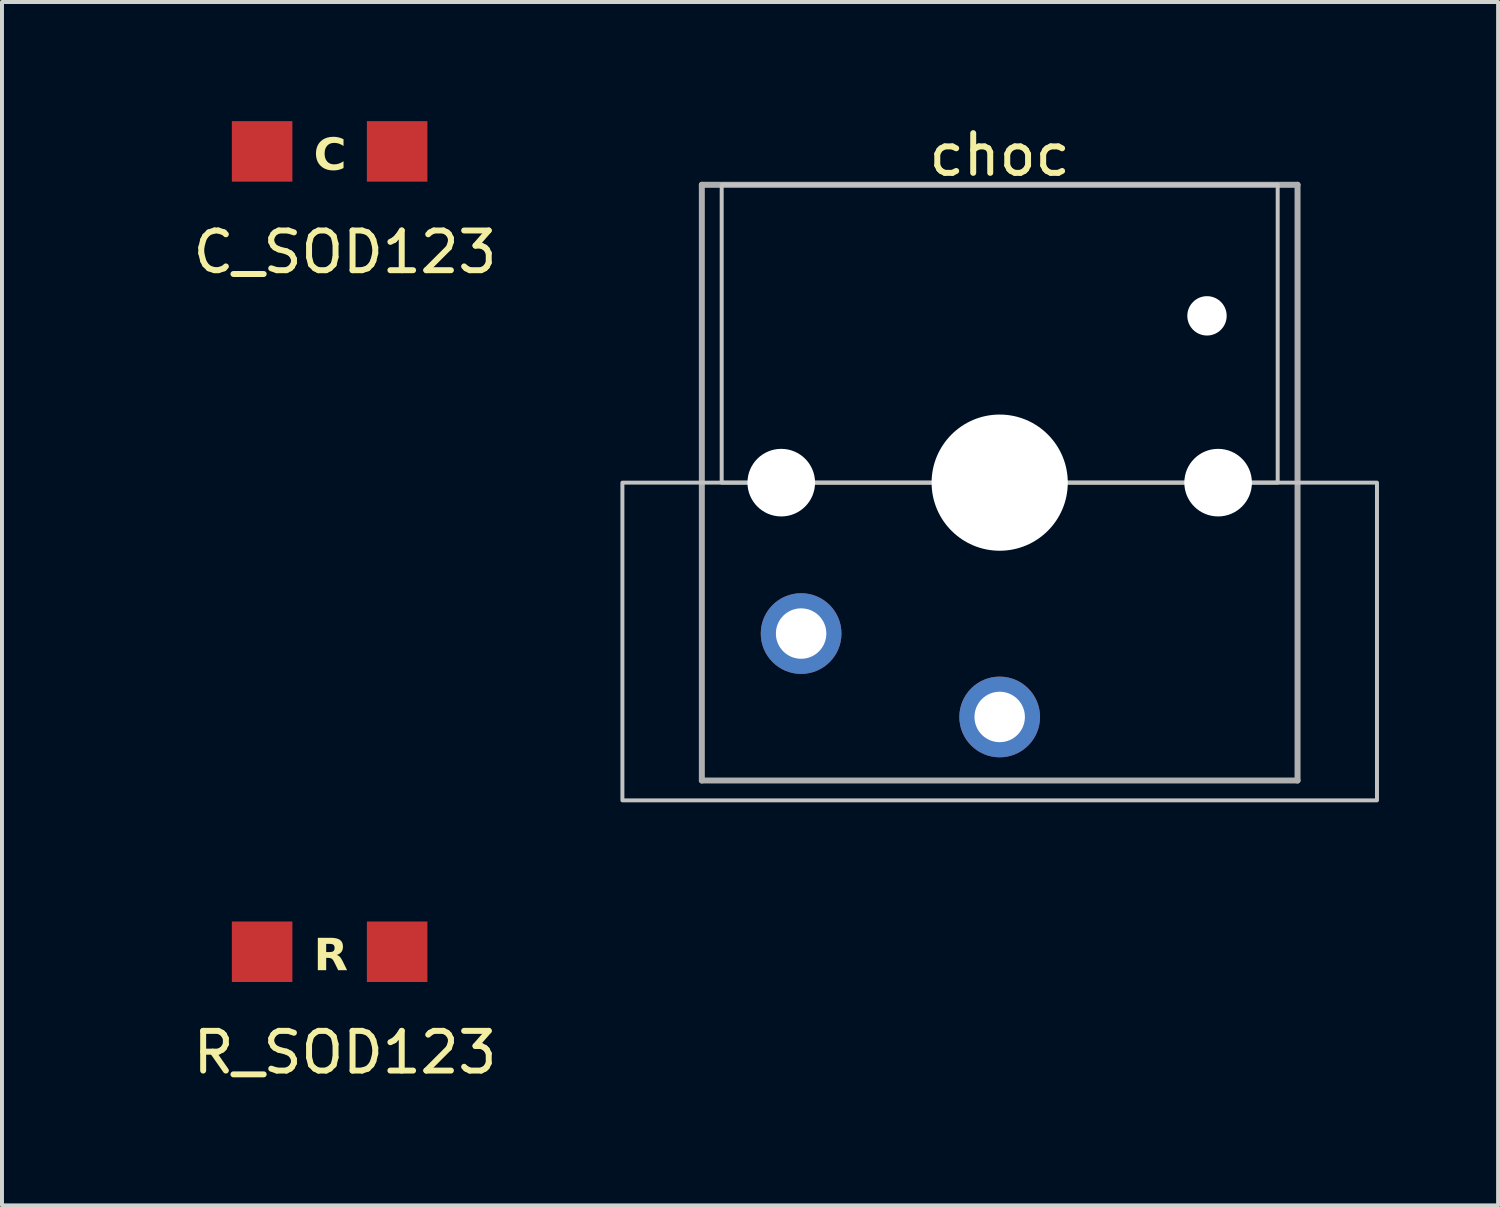
<source format=kicad_pcb>
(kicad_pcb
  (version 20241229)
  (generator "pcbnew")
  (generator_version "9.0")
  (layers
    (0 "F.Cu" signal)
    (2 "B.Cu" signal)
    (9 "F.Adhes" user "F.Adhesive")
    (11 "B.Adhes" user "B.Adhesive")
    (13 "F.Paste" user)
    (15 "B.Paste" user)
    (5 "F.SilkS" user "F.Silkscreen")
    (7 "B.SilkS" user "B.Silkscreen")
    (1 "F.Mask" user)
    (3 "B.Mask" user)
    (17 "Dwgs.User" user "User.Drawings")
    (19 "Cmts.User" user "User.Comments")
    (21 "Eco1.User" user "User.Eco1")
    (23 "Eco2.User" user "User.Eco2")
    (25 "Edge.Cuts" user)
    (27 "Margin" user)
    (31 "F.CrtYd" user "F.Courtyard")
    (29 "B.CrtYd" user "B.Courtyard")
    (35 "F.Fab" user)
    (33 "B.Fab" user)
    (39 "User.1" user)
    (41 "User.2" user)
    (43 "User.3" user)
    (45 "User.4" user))
  (footprint "choc"
    (layer "F.Cu")
    (at 22.122 9.103)
    (property "Reference" "choc" (at 0 -8.255 0) (layer "F.SilkS") (effects (font (size 1 1) (thickness 0.15))))
    (attr through_hole)
    (fp_rect (start -9.5 0) (end 9.5 8) (stroke (width 0.1) (type default)) (fill no) (layer "Dwgs.User"))
    (fp_rect (start -7 -7.5) (end 7 0) (stroke (width 0.1) (type default)) (fill no) (layer "Dwgs.User"))
    (fp_line (start -6.9 6.9) (end -6.9 -6.9) (stroke (width 0.15) (type solid)) (layer "Eco2.User"))
    (fp_line (start -6.9 6.9) (end 6.9 6.9) (stroke (width 0.15) (type solid)) (layer "Eco2.User"))
    (fp_line (start -2.6 -3.1) (end -2.6 -6.3) (stroke (width 0.15) (type solid)) (layer "Eco2.User"))
    (fp_line (start -2.6 -3.1) (end 2.6 -3.1) (stroke (width 0.15) (type solid)) (layer "Eco2.User"))
    (fp_line (start 2.6 -6.3) (end -2.6 -6.3) (stroke (width 0.15) (type solid)) (layer "Eco2.User"))
    (fp_line (start 2.6 -3.1) (end 2.6 -6.3) (stroke (width 0.15) (type solid)) (layer "Eco2.User"))
    (fp_line (start 6.9 -6.9) (end -6.9 -6.9) (stroke (width 0.15) (type solid)) (layer "Eco2.User"))
    (fp_line (start 6.9 -6.9) (end 6.9 6.9) (stroke (width 0.15) (type solid)) (layer "Eco2.User"))
    (fp_line (start -7.5 -7.5) (end 7.5 -7.5) (stroke (width 0.15) (type solid)) (layer "F.Fab"))
    (fp_line (start -7.5 7.5) (end -7.5 -7.5) (stroke (width 0.15) (type solid)) (layer "F.Fab"))
    (fp_line (start 7.5 -7.5) (end 7.5 7.5) (stroke (width 0.15) (type solid)) (layer "F.Fab"))
    (fp_line (start 7.5 7.5) (end -7.5 7.5) (stroke (width 0.15) (type solid)) (layer "F.Fab"))
    (fp_text user "${REFERENCE}" (at 0 0 0) (layer "F.Fab") (effects (font (size 1 1) (thickness 0.15))))
    (pad "" np_thru_hole circle (at -5.5 0) (size 1.702 1.702) (drill 1.702) (layers "*.Cu" "*.Mask"))
    (pad "" np_thru_hole circle (at 0 0) (size 3.429 3.429) (drill 3.429) (layers "*.Cu" "*.Mask"))
    (pad "" np_thru_hole circle (at 5.22 -4.2) (size 0.991 0.991) (drill 0.991) (layers "*.Cu" "*.Mask"))
    (pad "" np_thru_hole circle (at 5.5 0) (size 1.702 1.702) (drill 1.702) (layers "*.Cu" "*.Mask"))
    (pad "1" thru_hole circle (at 0 5.9) (size 2.032 2.032) (drill 1.27) (layers "*.Cu" "*.Mask"))
    (pad "2" thru_hole circle (at -5 3.8) (size 2.032 2.032) (drill 1.27) (layers "*.Cu" "*.Mask")))
  (footprint "R_SOD123"
    (layer "F.Cu")
    (at 0.25 20.915)
    (property "Reference" "R_SOD123" (at 5.387 2.537 0) (layer "F.SilkS") (effects (font (size 1 1) (thickness 0.15))))
    (attr through_hole)
    (fp_text user "R" (at 4.6 0.6 0) (unlocked yes) (layer "F.SilkS") (effects (font (face "Fira Sans") (size 0.8 0.8) (thickness 0.15) (bold yes)) (justify left bottom)))
    (pad "1" smd rect (at 3.3 0) (size 1.524 1.524) (layers "F.Cu" "F.Mask" "F.Paste"))
    (pad "2" smd rect (at 6.7 0) (size 1.524 1.524) (layers "F.Cu" "F.Mask" "F.Paste")))
  (footprint "C_SOD123"
    (layer "F.Cu")
    (at 0.25 0.762)
    (property "Reference" "C_SOD123" (at 5.387 2.537 0) (layer "F.SilkS") (effects (font (size 1 1) (thickness 0.15))))
    (attr through_hole)
    (fp_text user "C" (at 4.6 0.6 0) (unlocked yes) (layer "F.SilkS") (effects (font (face "Fira Sans") (size 0.8 0.8) (thickness 0.2) (bold yes)) (justify left bottom)))
    (pad "1" smd rect (at 3.3 0) (size 1.524 1.524) (layers "F.Cu" "F.Mask" "F.Paste"))
    (pad "2" smd rect (at 6.7 0) (size 1.524 1.524) (layers "F.Cu" "F.Mask" "F.Paste")))
  (gr_rect
    (start -3 -3)
    (end 34.672 27.301)
    (stroke (width 0.1) (type default))
    (fill no)
    (layer "Edge.Cuts")))
</source>
